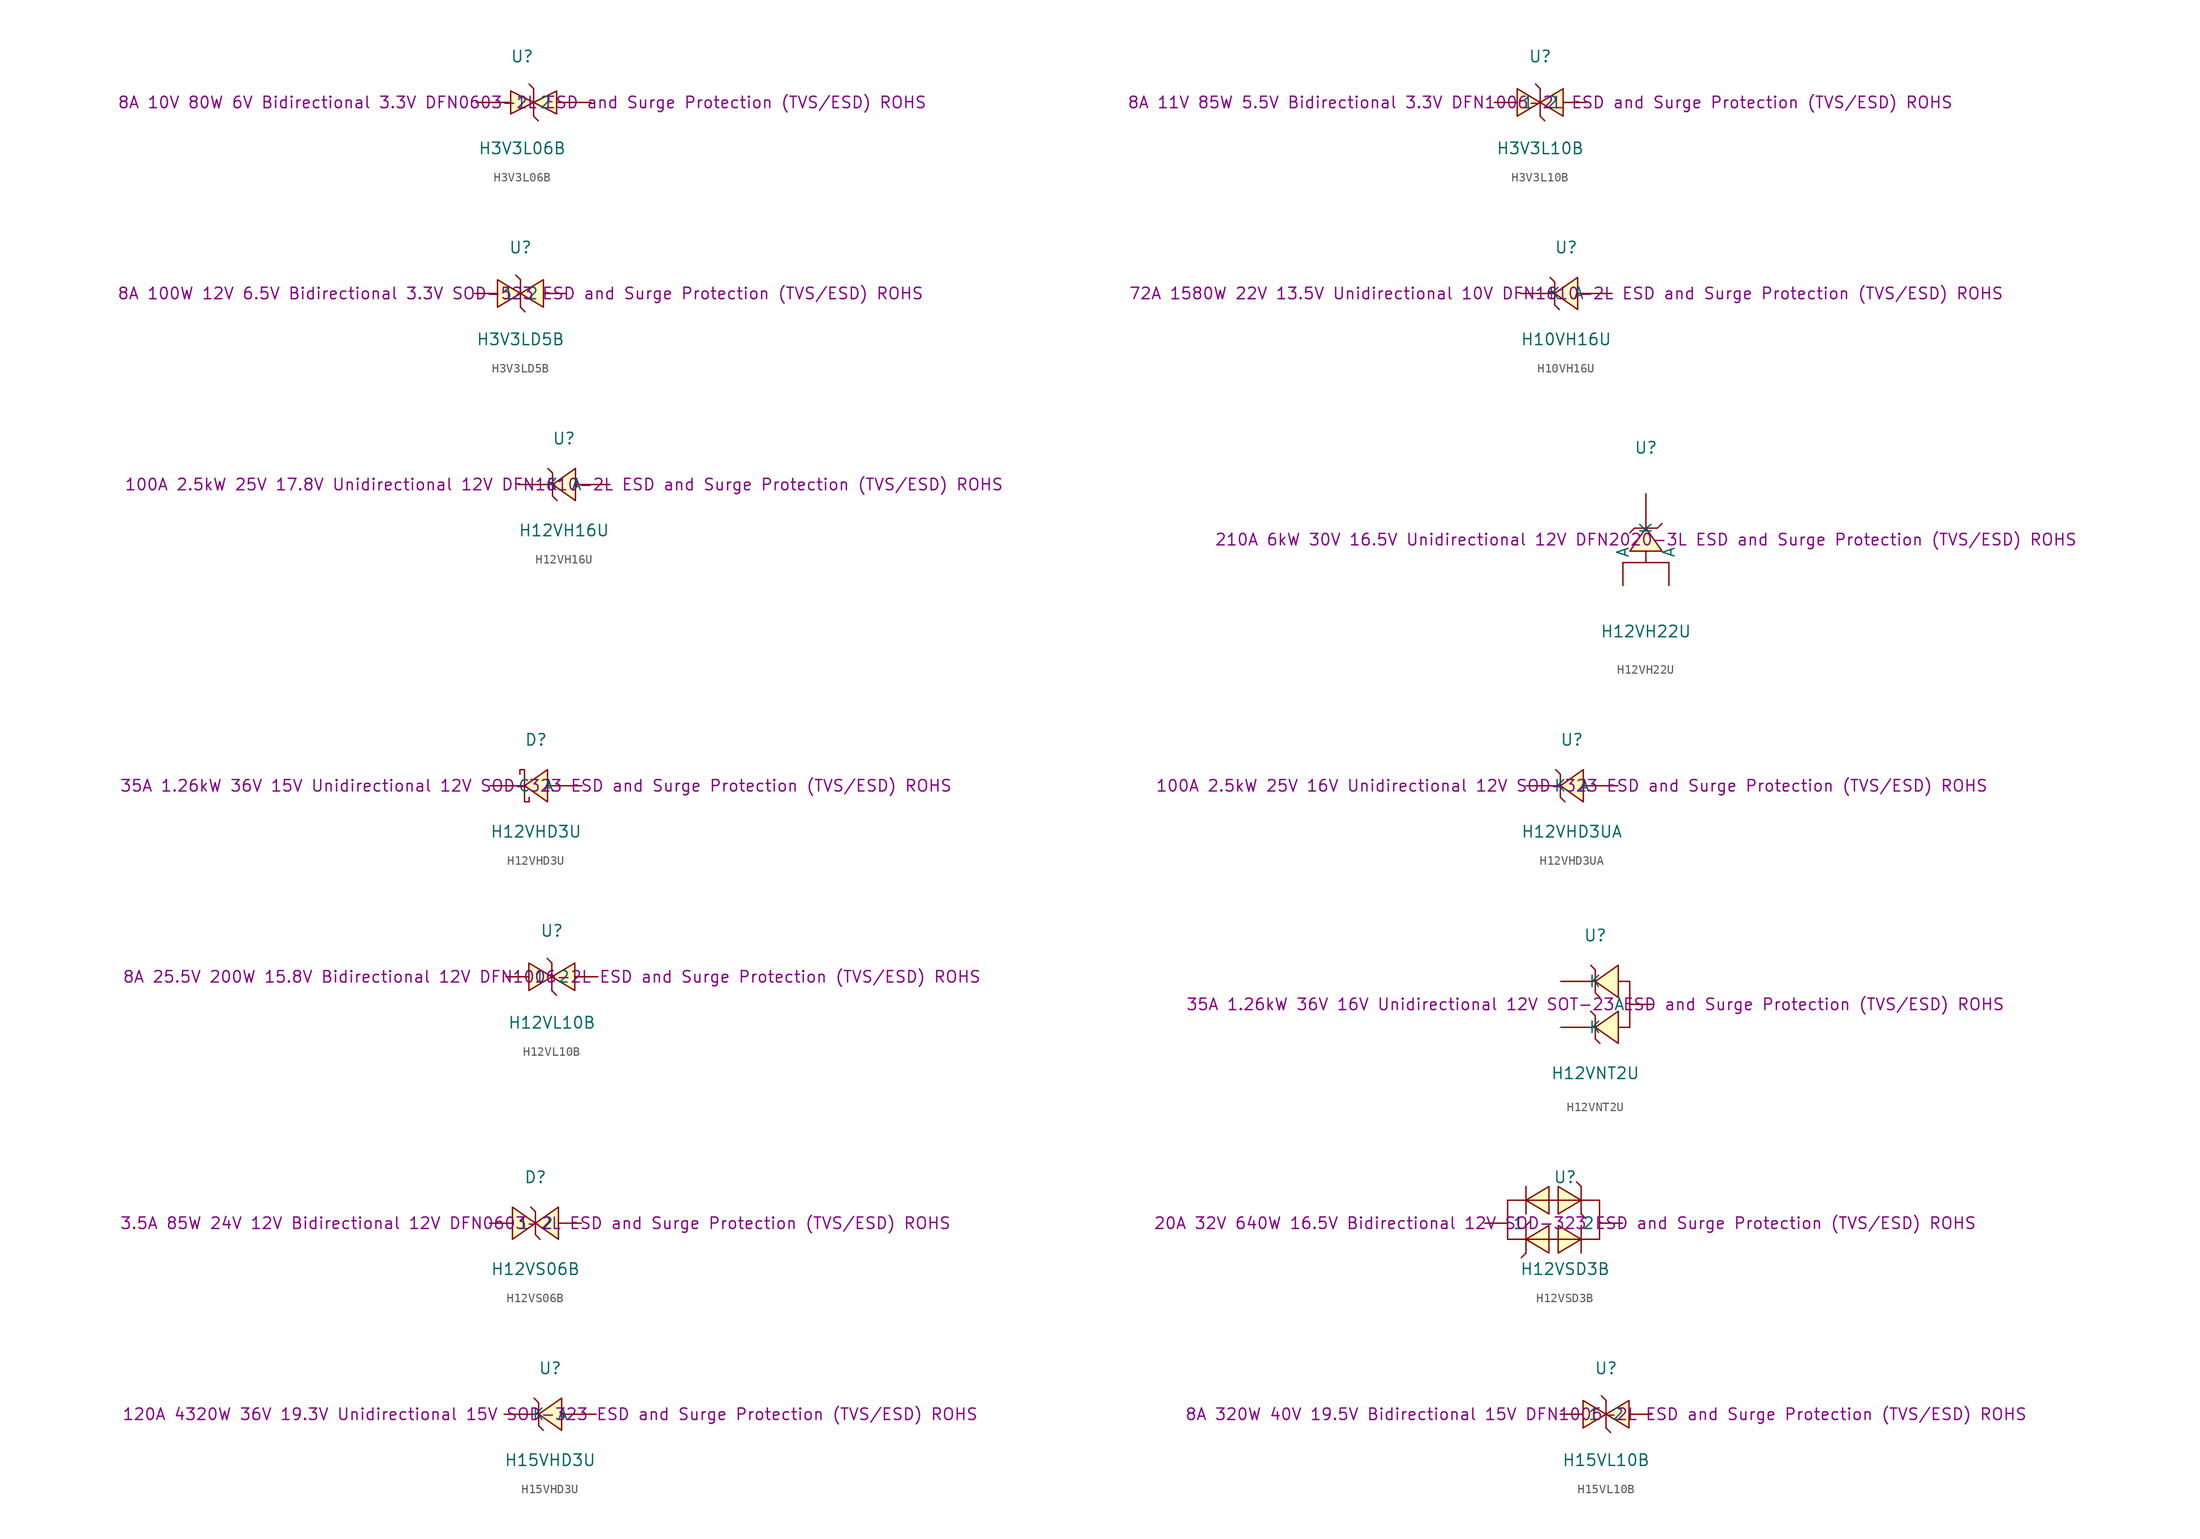
<source format=kicad_sym>
(kicad_symbol_lib
  (version 20241209)
  (generator "kicad_symbol_editor")
  (generator_version "9.0")
  (symbol "H3V3L06B"
    (pin_numbers
      (hide yes))
    (property "Reference" "U"
      (at 0 5.08 0)
      (effects (font (size 1.27 1.27))))
    (property "Value" "H3V3L06B"
      (at 0 -5.08 0)
      (effects (font (size 1.27 1.27))))
    (property "Description" "8A 10V 80W 6V Bidirectional 3.3V DFN0603-2L ESD and Surge Protection (TVS/ESD) ROHS"
      (at 0 0 0)
      (effects (font (size 1.27 1.27))))
    (symbol "H3V3L06B_0_1"
      (polyline (pts (xy -1.27 1.27) (xy 1.27 0) (xy -1.27 -1.27) (xy -1.27 1.27)) (stroke (width 0) (type default)) (fill (type background)))
      (polyline (pts (xy 0.76 2.03) (xy 0.76 2.03) (xy 1.27 1.52) (xy 1.27 -1.52) (xy 1.52 -1.78) (xy 1.78 -2.03)) (stroke (width 0) (type default)) (fill (type none)))
      (polyline (pts (xy 3.81 1.27) (xy 1.27 0) (xy 3.81 -1.27) (xy 3.81 1.27)) (stroke (width 0) (type default)) (fill (type background)))
      (pin unspecified line (at -5.08 0 0) (length 3.81) (name "1" (effects (font (size 1.27 1.27)))) (number "1" (effects (font (size 1.27 1.27)))))
      (pin unspecified line (at 7.62 0 180) (length 3.81) (name "2" (effects (font (size 1.27 1.27)))) (number "2" (effects (font (size 1.27 1.27)))))))
  (symbol "H3V3L10B"
    (pin_numbers
      (hide yes))
    (property "Reference" "U"
      (at 0 5.08 0)
      (effects (font (size 1.27 1.27))))
    (property "Value" "H3V3L10B"
      (at 0 -5.08 0)
      (effects (font (size 1.27 1.27))))
    (property "Description" "8A 11V 85W 5.5V Bidirectional 3.3V DFN1006-2L ESD and Surge Protection (TVS/ESD) ROHS"
      (at 0 0 0)
      (effects (font (size 1.27 1.27))))
    (symbol "H3V3L10B_0_1"
      (polyline (pts (xy -2.54 1.52) (xy 0 0) (xy -2.54 -1.52) (xy -2.54 1.52)) (stroke (width 0) (type default)) (fill (type background)))
      (polyline (pts (xy 0 1.52) (xy -0.51 2.03) (xy 0 1.52)) (stroke (width 0) (type default)) (fill (type background)))
      (polyline (pts (xy 0 -1.52) (xy 0 1.52)) (stroke (width 0) (type default)) (fill (type none)))
      (polyline (pts (xy 0 -1.52) (xy 0.51 -2.03) (xy 0 -1.52)) (stroke (width 0) (type default)) (fill (type background)))
      (polyline (pts (xy 2.54 1.52) (xy 0 0) (xy 2.54 -1.52) (xy 2.54 1.52)) (stroke (width 0) (type default)) (fill (type background)))
      (pin unspecified line (at -5.08 0 0) (length 2.54) (name "1" (effects (font (size 1.27 1.27)))) (number "1" (effects (font (size 1.27 1.27)))))
      (pin unspecified line (at 5.08 0 180) (length 2.54) (name "2" (effects (font (size 1.27 1.27)))) (number "2" (effects (font (size 1.27 1.27)))))))
  (symbol "H3V3LD5B"
    (pin_numbers
      (hide yes))
    (property "Reference" "U"
      (at 0 5.08 0)
      (effects (font (size 1.27 1.27))))
    (property "Value" "H3V3LD5B"
      (at 0 -5.08 0)
      (effects (font (size 1.27 1.27))))
    (property "Description" "8A 100W 12V 6.5V Bidirectional 3.3V SOD-523 ESD and Surge Protection (TVS/ESD) ROHS"
      (at 0 0 0)
      (effects (font (size 1.27 1.27))))
    (symbol "H3V3LD5B_0_1"
      (polyline (pts (xy -2.54 1.52) (xy 0 0) (xy -2.54 -1.52) (xy -2.54 1.52)) (stroke (width 0) (type default)) (fill (type background)))
      (polyline (pts (xy 0 1.52) (xy -0.51 2.03) (xy 0 1.52)) (stroke (width 0) (type default)) (fill (type background)))
      (polyline (pts (xy 0 -1.52) (xy 0 1.52)) (stroke (width 0) (type default)) (fill (type none)))
      (polyline (pts (xy 0 -1.52) (xy 0.51 -2.03) (xy 0 -1.52)) (stroke (width 0) (type default)) (fill (type background)))
      (polyline (pts (xy 2.54 1.52) (xy 0 0) (xy 2.54 -1.52) (xy 2.54 1.52)) (stroke (width 0) (type default)) (fill (type background)))
      (pin unspecified line (at -5.08 0 0) (length 2.54) (name "1" (effects (font (size 1.27 1.27)))) (number "1" (effects (font (size 1.27 1.27)))))
      (pin unspecified line (at 5.08 0 180) (length 2.54) (name "2" (effects (font (size 1.27 1.27)))) (number "2" (effects (font (size 1.27 1.27)))))))
  (symbol "H10VH16U"
    (pin_numbers
      (hide yes))
    (property "Reference" "U"
      (at 0 5.08 0)
      (effects (font (size 1.27 1.27))))
    (property "Value" "H10VH16U"
      (at 0 -5.08 0)
      (effects (font (size 1.27 1.27))))
    (property "Description" "72A 1580W 22V 13.5V Unidirectional 10V DFN1610-2L ESD and Surge Protection (TVS/ESD) ROHS"
      (at 0 0 0)
      (effects (font (size 1.27 1.27))))
    (symbol "H10VH16U_0_1"
      (polyline (pts (xy -1.78 1.78) (xy -1.27 1.27) (xy -1.27 -1.27) (xy -0.76 -1.78)) (stroke (width 0) (type default)) (fill (type none)))
      (polyline (pts (xy -1.27 0) (xy -2.54 0)) (stroke (width 0) (type default)) (fill (type none)))
      (polyline (pts (xy 1.27 1.78) (xy -1.27 0) (xy 1.27 -1.78) (xy 1.27 1.78)) (stroke (width 0) (type default)) (fill (type background)))
      (polyline (pts (xy 2.54 0) (xy 1.27 0)) (stroke (width 0) (type default)) (fill (type none)))
      (pin unspecified line (at -5.08 0 0) (length 2.54) (name "K" (effects (font (size 1.27 1.27)))) (number "1" (effects (font (size 1.27 1.27)))))
      (pin unspecified line (at 5.08 0 180) (length 2.54) (name "A" (effects (font (size 1.27 1.27)))) (number "2" (effects (font (size 1.27 1.27)))))))
  (symbol "H12VH16U"
    (pin_numbers
      (hide yes))
    (property "Reference" "U"
      (at 0 5.08 0)
      (effects (font (size 1.27 1.27))))
    (property "Value" "H12VH16U"
      (at 0 -5.08 0)
      (effects (font (size 1.27 1.27))))
    (property "Description" "100A 2.5kW 25V 17.8V Unidirectional 12V DFN1610-2L ESD and Surge Protection (TVS/ESD) ROHS"
      (at 0 0 0)
      (effects (font (size 1.27 1.27))))
    (symbol "H12VH16U_0_1"
      (polyline (pts (xy -1.78 1.78) (xy -1.27 1.27) (xy -1.27 -1.27) (xy -0.76 -1.78)) (stroke (width 0) (type default)) (fill (type none)))
      (polyline (pts (xy -1.27 0) (xy -2.54 0)) (stroke (width 0) (type default)) (fill (type none)))
      (polyline (pts (xy 1.27 1.78) (xy -1.27 0) (xy 1.27 -1.78) (xy 1.27 1.78)) (stroke (width 0) (type default)) (fill (type background)))
      (polyline (pts (xy 2.54 0) (xy 1.27 0)) (stroke (width 0) (type default)) (fill (type none)))
      (pin unspecified line (at -5.08 0 0) (length 2.54) (name "K" (effects (font (size 1.27 1.27)))) (number "1" (effects (font (size 1.27 1.27)))))
      (pin unspecified line (at 5.08 0 180) (length 2.54) (name "A" (effects (font (size 1.27 1.27)))) (number "2" (effects (font (size 1.27 1.27)))))))
  (symbol "H12VH22U"
    (pin_numbers
      (hide yes))
    (property "Reference" "U"
      (at 0 10.16 0)
      (effects (font (size 1.27 1.27))))
    (property "Value" "H12VH22U"
      (at 0 -10.16 0)
      (effects (font (size 1.27 1.27))))
    (property "Description" "210A 6kW 30V 16.5V Unidirectional 12V DFN2020-3L ESD and Surge Protection (TVS/ESD) ROHS"
      (at 0 0 0)
      (effects (font (size 1.27 1.27))))
    (symbol "H12VH22U_0_1"
      (polyline (pts (xy -2.54 -2.54) (xy 2.54 -2.54) (xy 0 -2.54) (xy 0 -1.27)) (stroke (width 0) (type default)) (fill (type none)))
      (polyline (pts (xy 0 1.27) (xy 0 2.54)) (stroke (width 0) (type default)) (fill (type none)))
      (polyline (pts (xy 1.78 1.78) (xy 1.27 1.27) (xy -1.27 1.27) (xy -1.78 0.76)) (stroke (width 0) (type default)) (fill (type none)))
      (polyline (pts (xy 1.78 -1.27) (xy 0 1.27) (xy -1.78 -1.27) (xy 1.78 -1.27)) (stroke (width 0) (type default)) (fill (type background)))
      (pin unspecified line (at -2.54 -5.08 90) (length 2.54) (name "A" (effects (font (size 1.27 1.27)))) (number "1" (effects (font (size 1.27 1.27)))))
      (pin unspecified line (at 0 5.08 270) (length 2.54) (name "K" (effects (font (size 1.27 1.27)))) (number "3" (effects (font (size 1.27 1.27)))))
      (pin unspecified line (at 2.54 -5.08 90) (length 2.54) (name "A" (effects (font (size 1.27 1.27)))) (number "2" (effects (font (size 1.27 1.27)))))))
  (symbol "H12VHD3U"
    (pin_numbers
      (hide yes))
    (property "Reference" "D"
      (at 0 5.08 0)
      (effects (font (size 1.27 1.27))))
    (property "Value" "H12VHD3U"
      (at 0 -5.08 0)
      (effects (font (size 1.27 1.27))))
    (property "Description" "35A 1.26kW 36V 15V Unidirectional 12V SOD-323 ESD and Surge Protection (TVS/ESD) ROHS"
      (at 0 0 0)
      (effects (font (size 1.27 1.27))))
    (symbol "H12VHD3U_0_1"
      (polyline (pts (xy -1.78 1.27) (xy -1.78 1.78) (xy -1.27 1.78) (xy -1.27 -1.78) (xy -0.76 -1.78) (xy -0.76 -1.27)) (stroke (width 0) (type default)) (fill (type none)))
      (polyline (pts (xy -1.27 0) (xy -2.54 0)) (stroke (width 0) (type default)) (fill (type none)))
      (polyline (pts (xy 1.27 1.78) (xy -1.27 0) (xy 1.27 -1.78) (xy 1.27 1.78)) (stroke (width 0) (type default)) (fill (type background)))
      (polyline (pts (xy 2.54 0) (xy 1.27 0)) (stroke (width 0) (type default)) (fill (type none)))
      (pin unspecified line (at -5.08 0 0) (length 2.54) (name "C" (effects (font (size 1.27 1.27)))) (number "1" (effects (font (size 1.27 1.27)))))
      (pin unspecified line (at 5.08 0 180) (length 2.54) (name "A" (effects (font (size 1.27 1.27)))) (number "2" (effects (font (size 1.27 1.27)))))))
  (symbol "H12VHD3UA"
    (pin_numbers
      (hide yes))
    (property "Reference" "U"
      (at 0 5.08 0)
      (effects (font (size 1.27 1.27))))
    (property "Value" "H12VHD3UA"
      (at 0 -5.08 0)
      (effects (font (size 1.27 1.27))))
    (property "Description" "100A 2.5kW 25V 16V Unidirectional 12V SOD-323 ESD and Surge Protection (TVS/ESD) ROHS"
      (at 0 0 0)
      (effects (font (size 1.27 1.27))))
    (symbol "H12VHD3UA_0_1"
      (polyline (pts (xy -1.78 1.78) (xy -1.27 1.27) (xy -1.27 -1.27) (xy -0.76 -1.78)) (stroke (width 0) (type default)) (fill (type none)))
      (polyline (pts (xy -1.27 0) (xy -2.54 0)) (stroke (width 0) (type default)) (fill (type none)))
      (polyline (pts (xy 1.27 1.78) (xy -1.27 0) (xy 1.27 -1.78) (xy 1.27 1.78)) (stroke (width 0) (type default)) (fill (type background)))
      (polyline (pts (xy 2.54 0) (xy 1.27 0)) (stroke (width 0) (type default)) (fill (type none)))
      (pin unspecified line (at -5.08 0 0) (length 2.54) (name "K" (effects (font (size 1.27 1.27)))) (number "1" (effects (font (size 1.27 1.27)))))
      (pin unspecified line (at 5.08 0 180) (length 2.54) (name "A" (effects (font (size 1.27 1.27)))) (number "2" (effects (font (size 1.27 1.27)))))))
  (symbol "H12VL10B"
    (pin_numbers
      (hide yes))
    (property "Reference" "U"
      (at 0 5.08 0)
      (effects (font (size 1.27 1.27))))
    (property "Value" "H12VL10B"
      (at 0 -5.08 0)
      (effects (font (size 1.27 1.27))))
    (property "Description" "8A 25.5V 200W 15.8V Bidirectional 12V DFN1006-2L ESD and Surge Protection (TVS/ESD) ROHS"
      (at 0 0 0)
      (effects (font (size 1.27 1.27))))
    (symbol "H12VL10B_0_1"
      (polyline (pts (xy -2.54 1.52) (xy 0 0) (xy -2.54 -1.52) (xy -2.54 1.52)) (stroke (width 0) (type default)) (fill (type background)))
      (polyline (pts (xy 0 1.52) (xy -0.51 2.03) (xy 0 1.52)) (stroke (width 0) (type default)) (fill (type background)))
      (polyline (pts (xy 0 -1.52) (xy 0 1.52)) (stroke (width 0) (type default)) (fill (type none)))
      (polyline (pts (xy 0 -1.52) (xy 0.51 -2.03) (xy 0 -1.52)) (stroke (width 0) (type default)) (fill (type background)))
      (polyline (pts (xy 2.54 1.52) (xy 0 0) (xy 2.54 -1.52) (xy 2.54 1.52)) (stroke (width 0) (type default)) (fill (type background)))
      (pin unspecified line (at -5.08 0 0) (length 2.54) (name "1" (effects (font (size 1.27 1.27)))) (number "1" (effects (font (size 1.27 1.27)))))
      (pin unspecified line (at 5.08 0 180) (length 2.54) (name "2" (effects (font (size 1.27 1.27)))) (number "2" (effects (font (size 1.27 1.27)))))))
  (symbol "H12VNT2U"
    (pin_numbers
      (hide yes))
    (property "Reference" "U"
      (at 0 7.62 0)
      (effects (font (size 1.27 1.27))))
    (property "Value" "H12VNT2U"
      (at 0 -7.62 0)
      (effects (font (size 1.27 1.27))))
    (property "Description" "35A 1.26kW 36V 16V Unidirectional 12V SOT-23 ESD and Surge Protection (TVS/ESD) ROHS"
      (at 0 0 0)
      (effects (font (size 1.27 1.27))))
    (symbol "H12VNT2U_0_1"
      (polyline (pts (xy -0.51 4.32) (xy 0 3.81) (xy 0 1.27) (xy 0.51 0.76)) (stroke (width 0) (type default)) (fill (type none)))
      (polyline (pts (xy -0.51 -0.76) (xy 0 -1.27) (xy 0 -3.81) (xy 0.51 -4.32)) (stroke (width 0) (type default)) (fill (type none)))
      (polyline (pts (xy 0 2.54) (xy -1.27 2.54)) (stroke (width 0) (type default)) (fill (type none)))
      (polyline (pts (xy 0 -2.54) (xy -1.27 -2.54)) (stroke (width 0) (type default)) (fill (type none)))
      (polyline (pts (xy 2.54 4.32) (xy 0 2.54) (xy 2.54 0.76) (xy 2.54 4.32)) (stroke (width 0) (type default)) (fill (type background)))
      (polyline (pts (xy 2.54 -0.76) (xy 0 -2.54) (xy 2.54 -4.32) (xy 2.54 -0.76)) (stroke (width 0) (type default)) (fill (type background)))
      (polyline (pts (xy 3.81 -2.54) (xy 2.54 -2.54)) (stroke (width 0) (type default)) (fill (type none)))
      (polyline (pts (xy 3.81 -2.54) (xy 3.81 2.54) (xy 2.54 2.54)) (stroke (width 0) (type default)) (fill (type none)))
      (pin unspecified line (at -3.81 2.54 0) (length 2.54) (name "K" (effects (font (size 1.27 1.27)))) (number "1" (effects (font (size 1.27 1.27)))))
      (pin unspecified line (at -3.81 -2.54 0) (length 2.54) (name "K" (effects (font (size 1.27 1.27)))) (number "2" (effects (font (size 1.27 1.27)))))
      (pin unspecified line (at 6.35 0 180) (length 2.54) (name "A" (effects (font (size 1.27 1.27)))) (number "3" (effects (font (size 1.27 1.27)))))))
  (symbol "H12VS06B"
    (pin_numbers
      (hide yes))
    (property "Reference" "D"
      (at 0 5.08 0)
      (effects (font (size 1.27 1.27))))
    (property "Value" "H12VS06B"
      (at 0 -5.08 0)
      (effects (font (size 1.27 1.27))))
    (property "Description" "3.5A 85W 24V 12V Bidirectional 12V DFN0603-2L ESD and Surge Protection (TVS/ESD) ROHS"
      (at 0 0 0)
      (effects (font (size 1.27 1.27))))
    (symbol "H12VS06B_0_1"
      (polyline (pts (xy -2.54 -1.78) (xy 0 0) (xy -2.54 1.78) (xy -2.54 -1.78)) (stroke (width 0) (type default)) (fill (type background)))
      (polyline (pts (xy -0.51 1.78) (xy 0 1.27) (xy 0 -1.27) (xy 0.51 -1.78)) (stroke (width 0) (type default)) (fill (type none)))
      (polyline (pts (xy 2.54 1.78) (xy 0 0) (xy 2.54 -1.78) (xy 2.54 1.78)) (stroke (width 0) (type default)) (fill (type background)))
      (pin unspecified line (at -5.08 0 0) (length 2.54) (name "1" (effects (font (size 1.27 1.27)))) (number "1" (effects (font (size 1.27 1.27)))))
      (pin unspecified line (at 5.08 0 180) (length 2.54) (name "2" (effects (font (size 1.27 1.27)))) (number "2" (effects (font (size 1.27 1.27)))))))
  (symbol "H12VSD3B"
    (pin_numbers
      (hide yes))
    (property "Reference" "U"
      (at 0 5.08 0)
      (effects (font (size 1.27 1.27))))
    (property "Value" "H12VSD3B"
      (at 0 -5.08 0)
      (effects (font (size 1.27 1.27))))
    (property "Description" "20A 32V 640W 16.5V Bidirectional 12V SOD-323 ESD and Surge Protection (TVS/ESD) ROHS"
      (at 0 0 0)
      (effects (font (size 1.27 1.27))))
    (symbol "H12VSD3B_0_1"
      (polyline (pts (xy -6.35 0) (xy -6.35 -1.78) (xy 3.81 -1.78) (xy 3.81 0)) (stroke (width 0) (type default)) (fill (type none)))
      (polyline (pts (xy -4.32 1.02) (xy -4.32 4.06)) (stroke (width 0) (type default)) (fill (type none)))
      (polyline (pts (xy -4.32 -0.25) (xy -3.81 0.25) (xy -4.32 -0.25)) (stroke (width 0) (type default)) (fill (type background)))
      (polyline (pts (xy -4.32 -3.3) (xy -4.32 -0.25)) (stroke (width 0) (type default)) (fill (type none)))
      (polyline (pts (xy -4.32 -3.3) (xy -4.83 -3.81) (xy -4.32 -3.3)) (stroke (width 0) (type default)) (fill (type background)))
      (polyline (pts (xy -1.78 4.06) (xy -4.32 2.54) (xy -1.78 1.02) (xy -1.78 4.06)) (stroke (width 0) (type default)) (fill (type background)))
      (polyline (pts (xy -1.78 -0.25) (xy -4.32 -1.78) (xy -1.78 -3.3) (xy -1.78 -0.25)) (stroke (width 0) (type default)) (fill (type background)))
      (polyline (pts (xy -0.76 4.06) (xy 1.78 2.54) (xy -0.76 1.02) (xy -0.76 4.06)) (stroke (width 0) (type default)) (fill (type background)))
      (polyline (pts (xy -0.76 -0.25) (xy 1.78 -1.78) (xy -0.76 -3.3) (xy -0.76 -0.25)) (stroke (width 0) (type default)) (fill (type background)))
      (polyline (pts (xy 1.78 4.06) (xy 1.27 4.57) (xy 1.78 4.06)) (stroke (width 0) (type default)) (fill (type background)))
      (polyline (pts (xy 1.78 1.02) (xy 1.78 4.06)) (stroke (width 0) (type default)) (fill (type none)))
      (polyline (pts (xy 1.78 1.02) (xy 2.29 0.51) (xy 1.78 1.02)) (stroke (width 0) (type default)) (fill (type background)))
      (polyline (pts (xy 1.78 -3.3) (xy 1.78 -0.25)) (stroke (width 0) (type default)) (fill (type none)))
      (polyline (pts (xy 3.81 0) (xy 3.81 2.54) (xy -6.35 2.54) (xy -6.35 0)) (stroke (width 0) (type default)) (fill (type none)))
      (pin unspecified line (at -8.89 0 0) (length 2.54) (name "1" (effects (font (size 1.27 1.27)))) (number "1" (effects (font (size 1.27 1.27)))))
      (pin unspecified line (at 6.35 0 180) (length 2.54) (name "2" (effects (font (size 1.27 1.27)))) (number "2" (effects (font (size 1.27 1.27)))))))
  (symbol "H15VHD3U"
    (pin_numbers
      (hide yes))
    (property "Reference" "U"
      (at 0 5.08 0)
      (effects (font (size 1.27 1.27))))
    (property "Value" "H15VHD3U"
      (at 0 -5.08 0)
      (effects (font (size 1.27 1.27))))
    (property "Description" "120A 4320W 36V 19.3V Unidirectional 15V SOD-323 ESD and Surge Protection (TVS/ESD) ROHS"
      (at 0 0 0)
      (effects (font (size 1.27 1.27))))
    (symbol "H15VHD3U_0_1"
      (polyline (pts (xy -1.78 1.78) (xy -1.27 1.27) (xy -1.27 -1.27) (xy -0.76 -1.78)) (stroke (width 0) (type default)) (fill (type none)))
      (polyline (pts (xy -1.27 0) (xy -2.54 0)) (stroke (width 0) (type default)) (fill (type none)))
      (polyline (pts (xy 1.27 1.78) (xy -1.27 0) (xy 1.27 -1.78) (xy 1.27 1.78)) (stroke (width 0) (type default)) (fill (type background)))
      (polyline (pts (xy 2.54 0) (xy 1.27 0)) (stroke (width 0) (type default)) (fill (type none)))
      (pin unspecified line (at -5.08 0 0) (length 2.54) (name "K" (effects (font (size 1.27 1.27)))) (number "1" (effects (font (size 1.27 1.27)))))
      (pin unspecified line (at 5.08 0 180) (length 2.54) (name "A" (effects (font (size 1.27 1.27)))) (number "2" (effects (font (size 1.27 1.27)))))))
  (symbol "H15VL10B"
    (pin_numbers
      (hide yes))
    (property "Reference" "U"
      (at 0 5.08 0)
      (effects (font (size 1.27 1.27))))
    (property "Value" "H15VL10B"
      (at 0 -5.08 0)
      (effects (font (size 1.27 1.27))))
    (property "Description" "8A 320W 40V 19.5V Bidirectional 15V DFN1006-2L ESD and Surge Protection (TVS/ESD) ROHS"
      (at 0 0 0)
      (effects (font (size 1.27 1.27))))
    (symbol "H15VL10B_0_1"
      (polyline (pts (xy -2.54 1.52) (xy 0 0) (xy -2.54 -1.52) (xy -2.54 1.52)) (stroke (width 0) (type default)) (fill (type background)))
      (polyline (pts (xy 0 1.52) (xy -0.51 2.03) (xy 0 1.52)) (stroke (width 0) (type default)) (fill (type background)))
      (polyline (pts (xy 0 -1.52) (xy 0 1.52)) (stroke (width 0) (type default)) (fill (type none)))
      (polyline (pts (xy 0 -1.52) (xy 0.51 -2.03) (xy 0 -1.52)) (stroke (width 0) (type default)) (fill (type background)))
      (polyline (pts (xy 2.54 1.52) (xy 0 0) (xy 2.54 -1.52) (xy 2.54 1.52)) (stroke (width 0) (type default)) (fill (type background)))
      (pin unspecified line (at -5.08 0 0) (length 2.54) (name "1" (effects (font (size 1.27 1.27)))) (number "1" (effects (font (size 1.27 1.27)))))
      (pin unspecified line (at 5.08 0 180) (length 2.54) (name "2" (effects (font (size 1.27 1.27)))) (number "2" (effects (font (size 1.27 1.27))))))))
</source>
